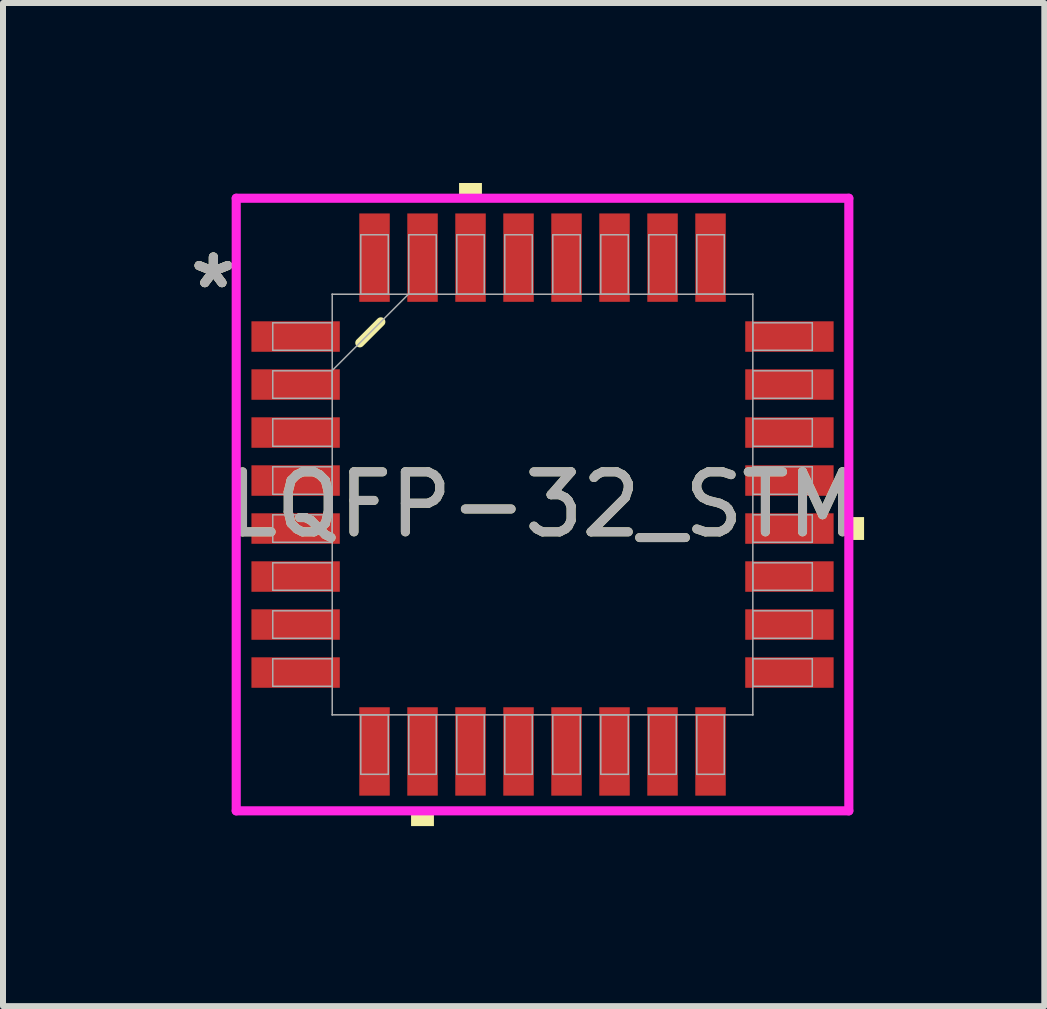
<source format=kicad_pcb>
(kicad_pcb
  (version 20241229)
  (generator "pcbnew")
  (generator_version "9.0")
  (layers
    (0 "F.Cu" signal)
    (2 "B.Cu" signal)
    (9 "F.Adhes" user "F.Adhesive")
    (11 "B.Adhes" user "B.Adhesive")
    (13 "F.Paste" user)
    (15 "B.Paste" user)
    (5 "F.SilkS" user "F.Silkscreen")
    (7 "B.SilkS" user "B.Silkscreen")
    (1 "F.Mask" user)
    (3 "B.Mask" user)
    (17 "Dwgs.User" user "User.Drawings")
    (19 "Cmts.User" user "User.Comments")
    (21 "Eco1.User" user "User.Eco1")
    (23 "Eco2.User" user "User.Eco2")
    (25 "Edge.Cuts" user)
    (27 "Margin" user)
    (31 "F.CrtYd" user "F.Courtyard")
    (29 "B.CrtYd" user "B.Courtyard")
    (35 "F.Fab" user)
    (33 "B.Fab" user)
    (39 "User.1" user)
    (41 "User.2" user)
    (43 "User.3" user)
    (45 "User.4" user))
  (footprint "LQFP-32_STM"
    (layer "F.Cu")
    (at 5.992 5.359)
    (property "Reference" "LQFP-32_STM" (at 0 0 0) (unlocked yes) (layer "F.SilkS") (effects (font (size 1 1) (thickness 0.15))))
    (attr smd)
    (fp_line (start -3.045 -2.695) (end -2.695 -3.045) (stroke (width 0.152) (type solid)) (layer "F.SilkS"))
    (fp_poly (pts (xy -2.191 5.105) (xy -2.191 5.359) (xy -1.81 5.359) (xy -1.81 5.105)) (stroke (width 0) (type solid)) (fill yes) (layer "F.SilkS"))
    (fp_poly (pts (xy -1.391 -5.105) (xy -1.391 -5.359) (xy -1.01 -5.359) (xy -1.01 -5.105)) (stroke (width 0) (type solid)) (fill yes) (layer "F.SilkS"))
    (fp_poly (pts (xy 5.359 0.209) (xy 5.359 0.59) (xy 5.105 0.59) (xy 5.105 0.209)) (stroke (width 0) (type solid)) (fill yes) (layer "F.SilkS"))
    (fp_line (start -5.105 -5.105) (end 5.105 -5.105) (stroke (width 0.152) (type solid)) (layer "F.CrtYd"))
    (fp_line (start -5.105 5.105) (end -5.105 -5.105) (stroke (width 0.152) (type solid)) (layer "F.CrtYd"))
    (fp_line (start 5.105 -5.105) (end 5.105 5.105) (stroke (width 0.152) (type solid)) (layer "F.CrtYd"))
    (fp_line (start 5.105 5.105) (end -5.105 5.105) (stroke (width 0.152) (type solid)) (layer "F.CrtYd"))
    (fp_line (start -4.496 -3.029) (end -4.496 -2.571) (stroke (width 0.025) (type solid)) (layer "F.Fab"))
    (fp_line (start -4.496 -2.571) (end -3.505 -2.571) (stroke (width 0.025) (type solid)) (layer "F.Fab"))
    (fp_line (start -4.496 -2.229) (end -4.496 -1.771) (stroke (width 0.025) (type solid)) (layer "F.Fab"))
    (fp_line (start -4.496 -1.771) (end -3.505 -1.771) (stroke (width 0.025) (type solid)) (layer "F.Fab"))
    (fp_line (start -4.496 -1.429) (end -4.496 -0.971) (stroke (width 0.025) (type solid)) (layer "F.Fab"))
    (fp_line (start -4.496 -0.971) (end -3.505 -0.971) (stroke (width 0.025) (type solid)) (layer "F.Fab"))
    (fp_line (start -4.496 -0.629) (end -4.496 -0.171) (stroke (width 0.025) (type solid)) (layer "F.Fab"))
    (fp_line (start -4.496 -0.171) (end -3.505 -0.171) (stroke (width 0.025) (type solid)) (layer "F.Fab"))
    (fp_line (start -4.496 0.171) (end -4.496 0.629) (stroke (width 0.025) (type solid)) (layer "F.Fab"))
    (fp_line (start -4.496 0.629) (end -3.505 0.629) (stroke (width 0.025) (type solid)) (layer "F.Fab"))
    (fp_line (start -4.496 0.971) (end -4.496 1.429) (stroke (width 0.025) (type solid)) (layer "F.Fab"))
    (fp_line (start -4.496 1.429) (end -3.505 1.429) (stroke (width 0.025) (type solid)) (layer "F.Fab"))
    (fp_line (start -4.496 1.771) (end -4.496 2.229) (stroke (width 0.025) (type solid)) (layer "F.Fab"))
    (fp_line (start -4.496 2.229) (end -3.505 2.229) (stroke (width 0.025) (type solid)) (layer "F.Fab"))
    (fp_line (start -4.496 2.571) (end -4.496 3.029) (stroke (width 0.025) (type solid)) (layer "F.Fab"))
    (fp_line (start -4.496 3.029) (end -3.505 3.029) (stroke (width 0.025) (type solid)) (layer "F.Fab"))
    (fp_line (start -3.505 -3.505) (end -3.505 -3.505) (stroke (width 0.025) (type solid)) (layer "F.Fab"))
    (fp_line (start -3.505 -3.505) (end -3.505 3.505) (stroke (width 0.025) (type solid)) (layer "F.Fab"))
    (fp_line (start -3.505 -3.029) (end -4.496 -3.029) (stroke (width 0.025) (type solid)) (layer "F.Fab"))
    (fp_line (start -3.505 -2.571) (end -3.505 -3.029) (stroke (width 0.025) (type solid)) (layer "F.Fab"))
    (fp_line (start -3.505 -2.235) (end -2.235 -3.505) (stroke (width 0.025) (type solid)) (layer "F.Fab"))
    (fp_line (start -3.505 -2.229) (end -4.496 -2.229) (stroke (width 0.025) (type solid)) (layer "F.Fab"))
    (fp_line (start -3.505 -1.771) (end -3.505 -2.229) (stroke (width 0.025) (type solid)) (layer "F.Fab"))
    (fp_line (start -3.505 -1.429) (end -4.496 -1.429) (stroke (width 0.025) (type solid)) (layer "F.Fab"))
    (fp_line (start -3.505 -0.971) (end -3.505 -1.429) (stroke (width 0.025) (type solid)) (layer "F.Fab"))
    (fp_line (start -3.505 -0.629) (end -4.496 -0.629) (stroke (width 0.025) (type solid)) (layer "F.Fab"))
    (fp_line (start -3.505 -0.171) (end -3.505 -0.629) (stroke (width 0.025) (type solid)) (layer "F.Fab"))
    (fp_line (start -3.505 0.171) (end -4.496 0.171) (stroke (width 0.025) (type solid)) (layer "F.Fab"))
    (fp_line (start -3.505 0.629) (end -3.505 0.171) (stroke (width 0.025) (type solid)) (layer "F.Fab"))
    (fp_line (start -3.505 0.971) (end -4.496 0.971) (stroke (width 0.025) (type solid)) (layer "F.Fab"))
    (fp_line (start -3.505 1.429) (end -3.505 0.971) (stroke (width 0.025) (type solid)) (layer "F.Fab"))
    (fp_line (start -3.505 1.771) (end -4.496 1.771) (stroke (width 0.025) (type solid)) (layer "F.Fab"))
    (fp_line (start -3.505 2.229) (end -3.505 1.771) (stroke (width 0.025) (type solid)) (layer "F.Fab"))
    (fp_line (start -3.505 2.571) (end -4.496 2.571) (stroke (width 0.025) (type solid)) (layer "F.Fab"))
    (fp_line (start -3.505 3.029) (end -3.505 2.571) (stroke (width 0.025) (type solid)) (layer "F.Fab"))
    (fp_line (start -3.505 3.505) (end -3.505 3.505) (stroke (width 0.025) (type solid)) (layer "F.Fab"))
    (fp_line (start -3.505 3.505) (end 3.505 3.505) (stroke (width 0.025) (type solid)) (layer "F.Fab"))
    (fp_line (start -3.029 -4.496) (end -3.029 -3.505) (stroke (width 0.025) (type solid)) (layer "F.Fab"))
    (fp_line (start -3.029 -3.505) (end -2.571 -3.505) (stroke (width 0.025) (type solid)) (layer "F.Fab"))
    (fp_line (start -3.029 3.505) (end -3.029 4.496) (stroke (width 0.025) (type solid)) (layer "F.Fab"))
    (fp_line (start -3.029 4.496) (end -2.571 4.496) (stroke (width 0.025) (type solid)) (layer "F.Fab"))
    (fp_line (start -2.571 -4.496) (end -3.029 -4.496) (stroke (width 0.025) (type solid)) (layer "F.Fab"))
    (fp_line (start -2.571 -3.505) (end -2.571 -4.496) (stroke (width 0.025) (type solid)) (layer "F.Fab"))
    (fp_line (start -2.571 3.505) (end -3.029 3.505) (stroke (width 0.025) (type solid)) (layer "F.Fab"))
    (fp_line (start -2.571 4.496) (end -2.571 3.505) (stroke (width 0.025) (type solid)) (layer "F.Fab"))
    (fp_line (start -2.229 -4.496) (end -2.229 -3.505) (stroke (width 0.025) (type solid)) (layer "F.Fab"))
    (fp_line (start -2.229 -3.505) (end -1.771 -3.505) (stroke (width 0.025) (type solid)) (layer "F.Fab"))
    (fp_line (start -2.229 3.505) (end -2.229 4.496) (stroke (width 0.025) (type solid)) (layer "F.Fab"))
    (fp_line (start -2.229 4.496) (end -1.771 4.496) (stroke (width 0.025) (type solid)) (layer "F.Fab"))
    (fp_line (start -1.771 -4.496) (end -2.229 -4.496) (stroke (width 0.025) (type solid)) (layer "F.Fab"))
    (fp_line (start -1.771 -3.505) (end -1.771 -4.496) (stroke (width 0.025) (type solid)) (layer "F.Fab"))
    (fp_line (start -1.771 3.505) (end -2.229 3.505) (stroke (width 0.025) (type solid)) (layer "F.Fab"))
    (fp_line (start -1.771 4.496) (end -1.771 3.505) (stroke (width 0.025) (type solid)) (layer "F.Fab"))
    (fp_line (start -1.429 -4.496) (end -1.429 -3.505) (stroke (width 0.025) (type solid)) (layer "F.Fab"))
    (fp_line (start -1.429 -3.505) (end -0.971 -3.505) (stroke (width 0.025) (type solid)) (layer "F.Fab"))
    (fp_line (start -1.429 3.505) (end -1.429 4.496) (stroke (width 0.025) (type solid)) (layer "F.Fab"))
    (fp_line (start -1.429 4.496) (end -0.971 4.496) (stroke (width 0.025) (type solid)) (layer "F.Fab"))
    (fp_line (start -0.971 -4.496) (end -1.429 -4.496) (stroke (width 0.025) (type solid)) (layer "F.Fab"))
    (fp_line (start -0.971 -3.505) (end -0.971 -4.496) (stroke (width 0.025) (type solid)) (layer "F.Fab"))
    (fp_line (start -0.971 3.505) (end -1.429 3.505) (stroke (width 0.025) (type solid)) (layer "F.Fab"))
    (fp_line (start -0.971 4.496) (end -0.971 3.505) (stroke (width 0.025) (type solid)) (layer "F.Fab"))
    (fp_line (start -0.629 -4.496) (end -0.629 -3.505) (stroke (width 0.025) (type solid)) (layer "F.Fab"))
    (fp_line (start -0.629 -3.505) (end -0.171 -3.505) (stroke (width 0.025) (type solid)) (layer "F.Fab"))
    (fp_line (start -0.629 3.505) (end -0.629 4.496) (stroke (width 0.025) (type solid)) (layer "F.Fab"))
    (fp_line (start -0.629 4.496) (end -0.171 4.496) (stroke (width 0.025) (type solid)) (layer "F.Fab"))
    (fp_line (start -0.171 -4.496) (end -0.629 -4.496) (stroke (width 0.025) (type solid)) (layer "F.Fab"))
    (fp_line (start -0.171 -3.505) (end -0.171 -4.496) (stroke (width 0.025) (type solid)) (layer "F.Fab"))
    (fp_line (start -0.171 3.505) (end -0.629 3.505) (stroke (width 0.025) (type solid)) (layer "F.Fab"))
    (fp_line (start -0.171 4.496) (end -0.171 3.505) (stroke (width 0.025) (type solid)) (layer "F.Fab"))
    (fp_line (start 0.171 -4.496) (end 0.171 -3.505) (stroke (width 0.025) (type solid)) (layer "F.Fab"))
    (fp_line (start 0.171 -3.505) (end 0.629 -3.505) (stroke (width 0.025) (type solid)) (layer "F.Fab"))
    (fp_line (start 0.171 3.505) (end 0.171 4.496) (stroke (width 0.025) (type solid)) (layer "F.Fab"))
    (fp_line (start 0.171 4.496) (end 0.629 4.496) (stroke (width 0.025) (type solid)) (layer "F.Fab"))
    (fp_line (start 0.629 -4.496) (end 0.171 -4.496) (stroke (width 0.025) (type solid)) (layer "F.Fab"))
    (fp_line (start 0.629 -3.505) (end 0.629 -4.496) (stroke (width 0.025) (type solid)) (layer "F.Fab"))
    (fp_line (start 0.629 3.505) (end 0.171 3.505) (stroke (width 0.025) (type solid)) (layer "F.Fab"))
    (fp_line (start 0.629 4.496) (end 0.629 3.505) (stroke (width 0.025) (type solid)) (layer "F.Fab"))
    (fp_line (start 0.971 -4.496) (end 0.971 -3.505) (stroke (width 0.025) (type solid)) (layer "F.Fab"))
    (fp_line (start 0.971 -3.505) (end 1.429 -3.505) (stroke (width 0.025) (type solid)) (layer "F.Fab"))
    (fp_line (start 0.971 3.505) (end 0.971 4.496) (stroke (width 0.025) (type solid)) (layer "F.Fab"))
    (fp_line (start 0.971 4.496) (end 1.429 4.496) (stroke (width 0.025) (type solid)) (layer "F.Fab"))
    (fp_line (start 1.429 -4.496) (end 0.971 -4.496) (stroke (width 0.025) (type solid)) (layer "F.Fab"))
    (fp_line (start 1.429 -3.505) (end 1.429 -4.496) (stroke (width 0.025) (type solid)) (layer "F.Fab"))
    (fp_line (start 1.429 3.505) (end 0.971 3.505) (stroke (width 0.025) (type solid)) (layer "F.Fab"))
    (fp_line (start 1.429 4.496) (end 1.429 3.505) (stroke (width 0.025) (type solid)) (layer "F.Fab"))
    (fp_line (start 1.771 -4.496) (end 1.771 -3.505) (stroke (width 0.025) (type solid)) (layer "F.Fab"))
    (fp_line (start 1.771 -3.505) (end 2.229 -3.505) (stroke (width 0.025) (type solid)) (layer "F.Fab"))
    (fp_line (start 1.771 3.505) (end 1.771 4.496) (stroke (width 0.025) (type solid)) (layer "F.Fab"))
    (fp_line (start 1.771 4.496) (end 2.229 4.496) (stroke (width 0.025) (type solid)) (layer "F.Fab"))
    (fp_line (start 2.229 -4.496) (end 1.771 -4.496) (stroke (width 0.025) (type solid)) (layer "F.Fab"))
    (fp_line (start 2.229 -3.505) (end 2.229 -4.496) (stroke (width 0.025) (type solid)) (layer "F.Fab"))
    (fp_line (start 2.229 3.505) (end 1.771 3.505) (stroke (width 0.025) (type solid)) (layer "F.Fab"))
    (fp_line (start 2.229 4.496) (end 2.229 3.505) (stroke (width 0.025) (type solid)) (layer "F.Fab"))
    (fp_line (start 2.571 -4.496) (end 2.571 -3.505) (stroke (width 0.025) (type solid)) (layer "F.Fab"))
    (fp_line (start 2.571 -3.505) (end 3.029 -3.505) (stroke (width 0.025) (type solid)) (layer "F.Fab"))
    (fp_line (start 2.571 3.505) (end 2.571 4.496) (stroke (width 0.025) (type solid)) (layer "F.Fab"))
    (fp_line (start 2.571 4.496) (end 3.029 4.496) (stroke (width 0.025) (type solid)) (layer "F.Fab"))
    (fp_line (start 3.029 -4.496) (end 2.571 -4.496) (stroke (width 0.025) (type solid)) (layer "F.Fab"))
    (fp_line (start 3.029 -3.505) (end 3.029 -4.496) (stroke (width 0.025) (type solid)) (layer "F.Fab"))
    (fp_line (start 3.029 3.505) (end 2.571 3.505) (stroke (width 0.025) (type solid)) (layer "F.Fab"))
    (fp_line (start 3.029 4.496) (end 3.029 3.505) (stroke (width 0.025) (type solid)) (layer "F.Fab"))
    (fp_line (start 3.505 -3.505) (end -3.505 -3.505) (stroke (width 0.025) (type solid)) (layer "F.Fab"))
    (fp_line (start 3.505 -3.505) (end 3.505 -3.505) (stroke (width 0.025) (type solid)) (layer "F.Fab"))
    (fp_line (start 3.505 -3.029) (end 3.505 -2.571) (stroke (width 0.025) (type solid)) (layer "F.Fab"))
    (fp_line (start 3.505 -2.571) (end 4.496 -2.571) (stroke (width 0.025) (type solid)) (layer "F.Fab"))
    (fp_line (start 3.505 -2.229) (end 3.505 -1.771) (stroke (width 0.025) (type solid)) (layer "F.Fab"))
    (fp_line (start 3.505 -1.771) (end 4.496 -1.771) (stroke (width 0.025) (type solid)) (layer "F.Fab"))
    (fp_line (start 3.505 -1.429) (end 3.505 -0.971) (stroke (width 0.025) (type solid)) (layer "F.Fab"))
    (fp_line (start 3.505 -0.971) (end 4.496 -0.971) (stroke (width 0.025) (type solid)) (layer "F.Fab"))
    (fp_line (start 3.505 -0.629) (end 3.505 -0.171) (stroke (width 0.025) (type solid)) (layer "F.Fab"))
    (fp_line (start 3.505 -0.171) (end 4.496 -0.171) (stroke (width 0.025) (type solid)) (layer "F.Fab"))
    (fp_line (start 3.505 0.171) (end 3.505 0.629) (stroke (width 0.025) (type solid)) (layer "F.Fab"))
    (fp_line (start 3.505 0.629) (end 4.496 0.629) (stroke (width 0.025) (type solid)) (layer "F.Fab"))
    (fp_line (start 3.505 0.971) (end 3.505 1.429) (stroke (width 0.025) (type solid)) (layer "F.Fab"))
    (fp_line (start 3.505 1.429) (end 4.496 1.429) (stroke (width 0.025) (type solid)) (layer "F.Fab"))
    (fp_line (start 3.505 1.771) (end 3.505 2.229) (stroke (width 0.025) (type solid)) (layer "F.Fab"))
    (fp_line (start 3.505 2.229) (end 4.496 2.229) (stroke (width 0.025) (type solid)) (layer "F.Fab"))
    (fp_line (start 3.505 2.571) (end 3.505 3.029) (stroke (width 0.025) (type solid)) (layer "F.Fab"))
    (fp_line (start 3.505 3.029) (end 4.496 3.029) (stroke (width 0.025) (type solid)) (layer "F.Fab"))
    (fp_line (start 3.505 3.505) (end 3.505 -3.505) (stroke (width 0.025) (type solid)) (layer "F.Fab"))
    (fp_line (start 3.505 3.505) (end 3.505 3.505) (stroke (width 0.025) (type solid)) (layer "F.Fab"))
    (fp_line (start 4.496 -3.029) (end 3.505 -3.029) (stroke (width 0.025) (type solid)) (layer "F.Fab"))
    (fp_line (start 4.496 -2.571) (end 4.496 -3.029) (stroke (width 0.025) (type solid)) (layer "F.Fab"))
    (fp_line (start 4.496 -2.229) (end 3.505 -2.229) (stroke (width 0.025) (type solid)) (layer "F.Fab"))
    (fp_line (start 4.496 -1.771) (end 4.496 -2.229) (stroke (width 0.025) (type solid)) (layer "F.Fab"))
    (fp_line (start 4.496 -1.429) (end 3.505 -1.429) (stroke (width 0.025) (type solid)) (layer "F.Fab"))
    (fp_line (start 4.496 -0.971) (end 4.496 -1.429) (stroke (width 0.025) (type solid)) (layer "F.Fab"))
    (fp_line (start 4.496 -0.629) (end 3.505 -0.629) (stroke (width 0.025) (type solid)) (layer "F.Fab"))
    (fp_line (start 4.496 -0.171) (end 4.496 -0.629) (stroke (width 0.025) (type solid)) (layer "F.Fab"))
    (fp_line (start 4.496 0.171) (end 3.505 0.171) (stroke (width 0.025) (type solid)) (layer "F.Fab"))
    (fp_line (start 4.496 0.629) (end 4.496 0.171) (stroke (width 0.025) (type solid)) (layer "F.Fab"))
    (fp_line (start 4.496 0.971) (end 3.505 0.971) (stroke (width 0.025) (type solid)) (layer "F.Fab"))
    (fp_line (start 4.496 1.429) (end 4.496 0.971) (stroke (width 0.025) (type solid)) (layer "F.Fab"))
    (fp_line (start 4.496 1.771) (end 3.505 1.771) (stroke (width 0.025) (type solid)) (layer "F.Fab"))
    (fp_line (start 4.496 2.229) (end 4.496 1.771) (stroke (width 0.025) (type solid)) (layer "F.Fab"))
    (fp_line (start 4.496 2.571) (end 3.505 2.571) (stroke (width 0.025) (type solid)) (layer "F.Fab"))
    (fp_line (start 4.496 3.029) (end 4.496 2.571) (stroke (width 0.025) (type solid)) (layer "F.Fab"))
    (fp_text user "*" (at -5.486 -3.581 0) (unlocked yes) (layer "F.SilkS") (effects (font (size 1 1) (thickness 0.15))))
    (fp_text user "*" (at -5.486 -3.581 0) (layer "F.SilkS") (effects (font (size 1 1) (thickness 0.15))))
    (fp_text user "*" (at -5.486 -3.581 0) (layer "F.Fab") (effects (font (size 1 1) (thickness 0.15))))
    (fp_text user "${REFERENCE}" (at 0 0 0) (unlocked yes) (layer "F.Fab") (effects (font (size 1 1) (thickness 0.15))))
    (fp_text user "*" (at -5.486 -3.581 0) (unlocked yes) (layer "F.Fab") (effects (font (size 1 1) (thickness 0.15))))
    (pad "1" smd rect (at -4.115 -2.8 90) (size 0.508 1.473) (layers "F.Cu" "F.Mask" "F.Paste"))
    (pad "2" smd rect (at -4.115 -2 90) (size 0.508 1.473) (layers "F.Cu" "F.Mask" "F.Paste"))
    (pad "3" smd rect (at -4.115 -1.2 90) (size 0.508 1.473) (layers "F.Cu" "F.Mask" "F.Paste"))
    (pad "4" smd rect (at -4.115 -0.4 90) (size 0.508 1.473) (layers "F.Cu" "F.Mask" "F.Paste"))
    (pad "5" smd rect (at -4.115 0.4 90) (size 0.508 1.473) (layers "F.Cu" "F.Mask" "F.Paste"))
    (pad "6" smd rect (at -4.115 1.2 90) (size 0.508 1.473) (layers "F.Cu" "F.Mask" "F.Paste"))
    (pad "7" smd rect (at -4.115 2 90) (size 0.508 1.473) (layers "F.Cu" "F.Mask" "F.Paste"))
    (pad "8" smd rect (at -4.115 2.8 90) (size 0.508 1.473) (layers "F.Cu" "F.Mask" "F.Paste"))
    (pad "9" smd rect (at -2.8 4.115) (size 0.508 1.473) (layers "F.Cu" "F.Mask" "F.Paste"))
    (pad "10" smd rect (at -2 4.115) (size 0.508 1.473) (layers "F.Cu" "F.Mask" "F.Paste"))
    (pad "11" smd rect (at -1.2 4.115) (size 0.508 1.473) (layers "F.Cu" "F.Mask" "F.Paste"))
    (pad "12" smd rect (at -0.4 4.115) (size 0.508 1.473) (layers "F.Cu" "F.Mask" "F.Paste"))
    (pad "13" smd rect (at 0.4 4.115) (size 0.508 1.473) (layers "F.Cu" "F.Mask" "F.Paste"))
    (pad "14" smd rect (at 1.2 4.115) (size 0.508 1.473) (layers "F.Cu" "F.Mask" "F.Paste"))
    (pad "15" smd rect (at 2 4.115) (size 0.508 1.473) (layers "F.Cu" "F.Mask" "F.Paste"))
    (pad "16" smd rect (at 2.8 4.115) (size 0.508 1.473) (layers "F.Cu" "F.Mask" "F.Paste"))
    (pad "17" smd rect (at 4.115 2.8 90) (size 0.508 1.473) (layers "F.Cu" "F.Mask" "F.Paste"))
    (pad "18" smd rect (at 4.115 2 90) (size 0.508 1.473) (layers "F.Cu" "F.Mask" "F.Paste"))
    (pad "19" smd rect (at 4.115 1.2 90) (size 0.508 1.473) (layers "F.Cu" "F.Mask" "F.Paste"))
    (pad "20" smd rect (at 4.115 0.4 90) (size 0.508 1.473) (layers "F.Cu" "F.Mask" "F.Paste"))
    (pad "21" smd rect (at 4.115 -0.4 90) (size 0.508 1.473) (layers "F.Cu" "F.Mask" "F.Paste"))
    (pad "22" smd rect (at 4.115 -1.2 90) (size 0.508 1.473) (layers "F.Cu" "F.Mask" "F.Paste"))
    (pad "23" smd rect (at 4.115 -2 90) (size 0.508 1.473) (layers "F.Cu" "F.Mask" "F.Paste"))
    (pad "24" smd rect (at 4.115 -2.8 90) (size 0.508 1.473) (layers "F.Cu" "F.Mask" "F.Paste"))
    (pad "25" smd rect (at 2.8 -4.115) (size 0.508 1.473) (layers "F.Cu" "F.Mask" "F.Paste"))
    (pad "26" smd rect (at 2 -4.115) (size 0.508 1.473) (layers "F.Cu" "F.Mask" "F.Paste"))
    (pad "27" smd rect (at 1.2 -4.115) (size 0.508 1.473) (layers "F.Cu" "F.Mask" "F.Paste"))
    (pad "28" smd rect (at 0.4 -4.115) (size 0.508 1.473) (layers "F.Cu" "F.Mask" "F.Paste"))
    (pad "29" smd rect (at -0.4 -4.115) (size 0.508 1.473) (layers "F.Cu" "F.Mask" "F.Paste"))
    (pad "30" smd rect (at -1.2 -4.115) (size 0.508 1.473) (layers "F.Cu" "F.Mask" "F.Paste"))
    (pad "31" smd rect (at -2 -4.115) (size 0.508 1.473) (layers "F.Cu" "F.Mask" "F.Paste"))
    (pad "32" smd rect (at -2.8 -4.115) (size 0.508 1.473) (layers "F.Cu" "F.Mask" "F.Paste")))
  (gr_rect
    (start -3 -3)
    (end 14.355 13.719)
    (stroke (width 0.1) (type default))
    (fill no)
    (layer "Edge.Cuts")))
</source>
